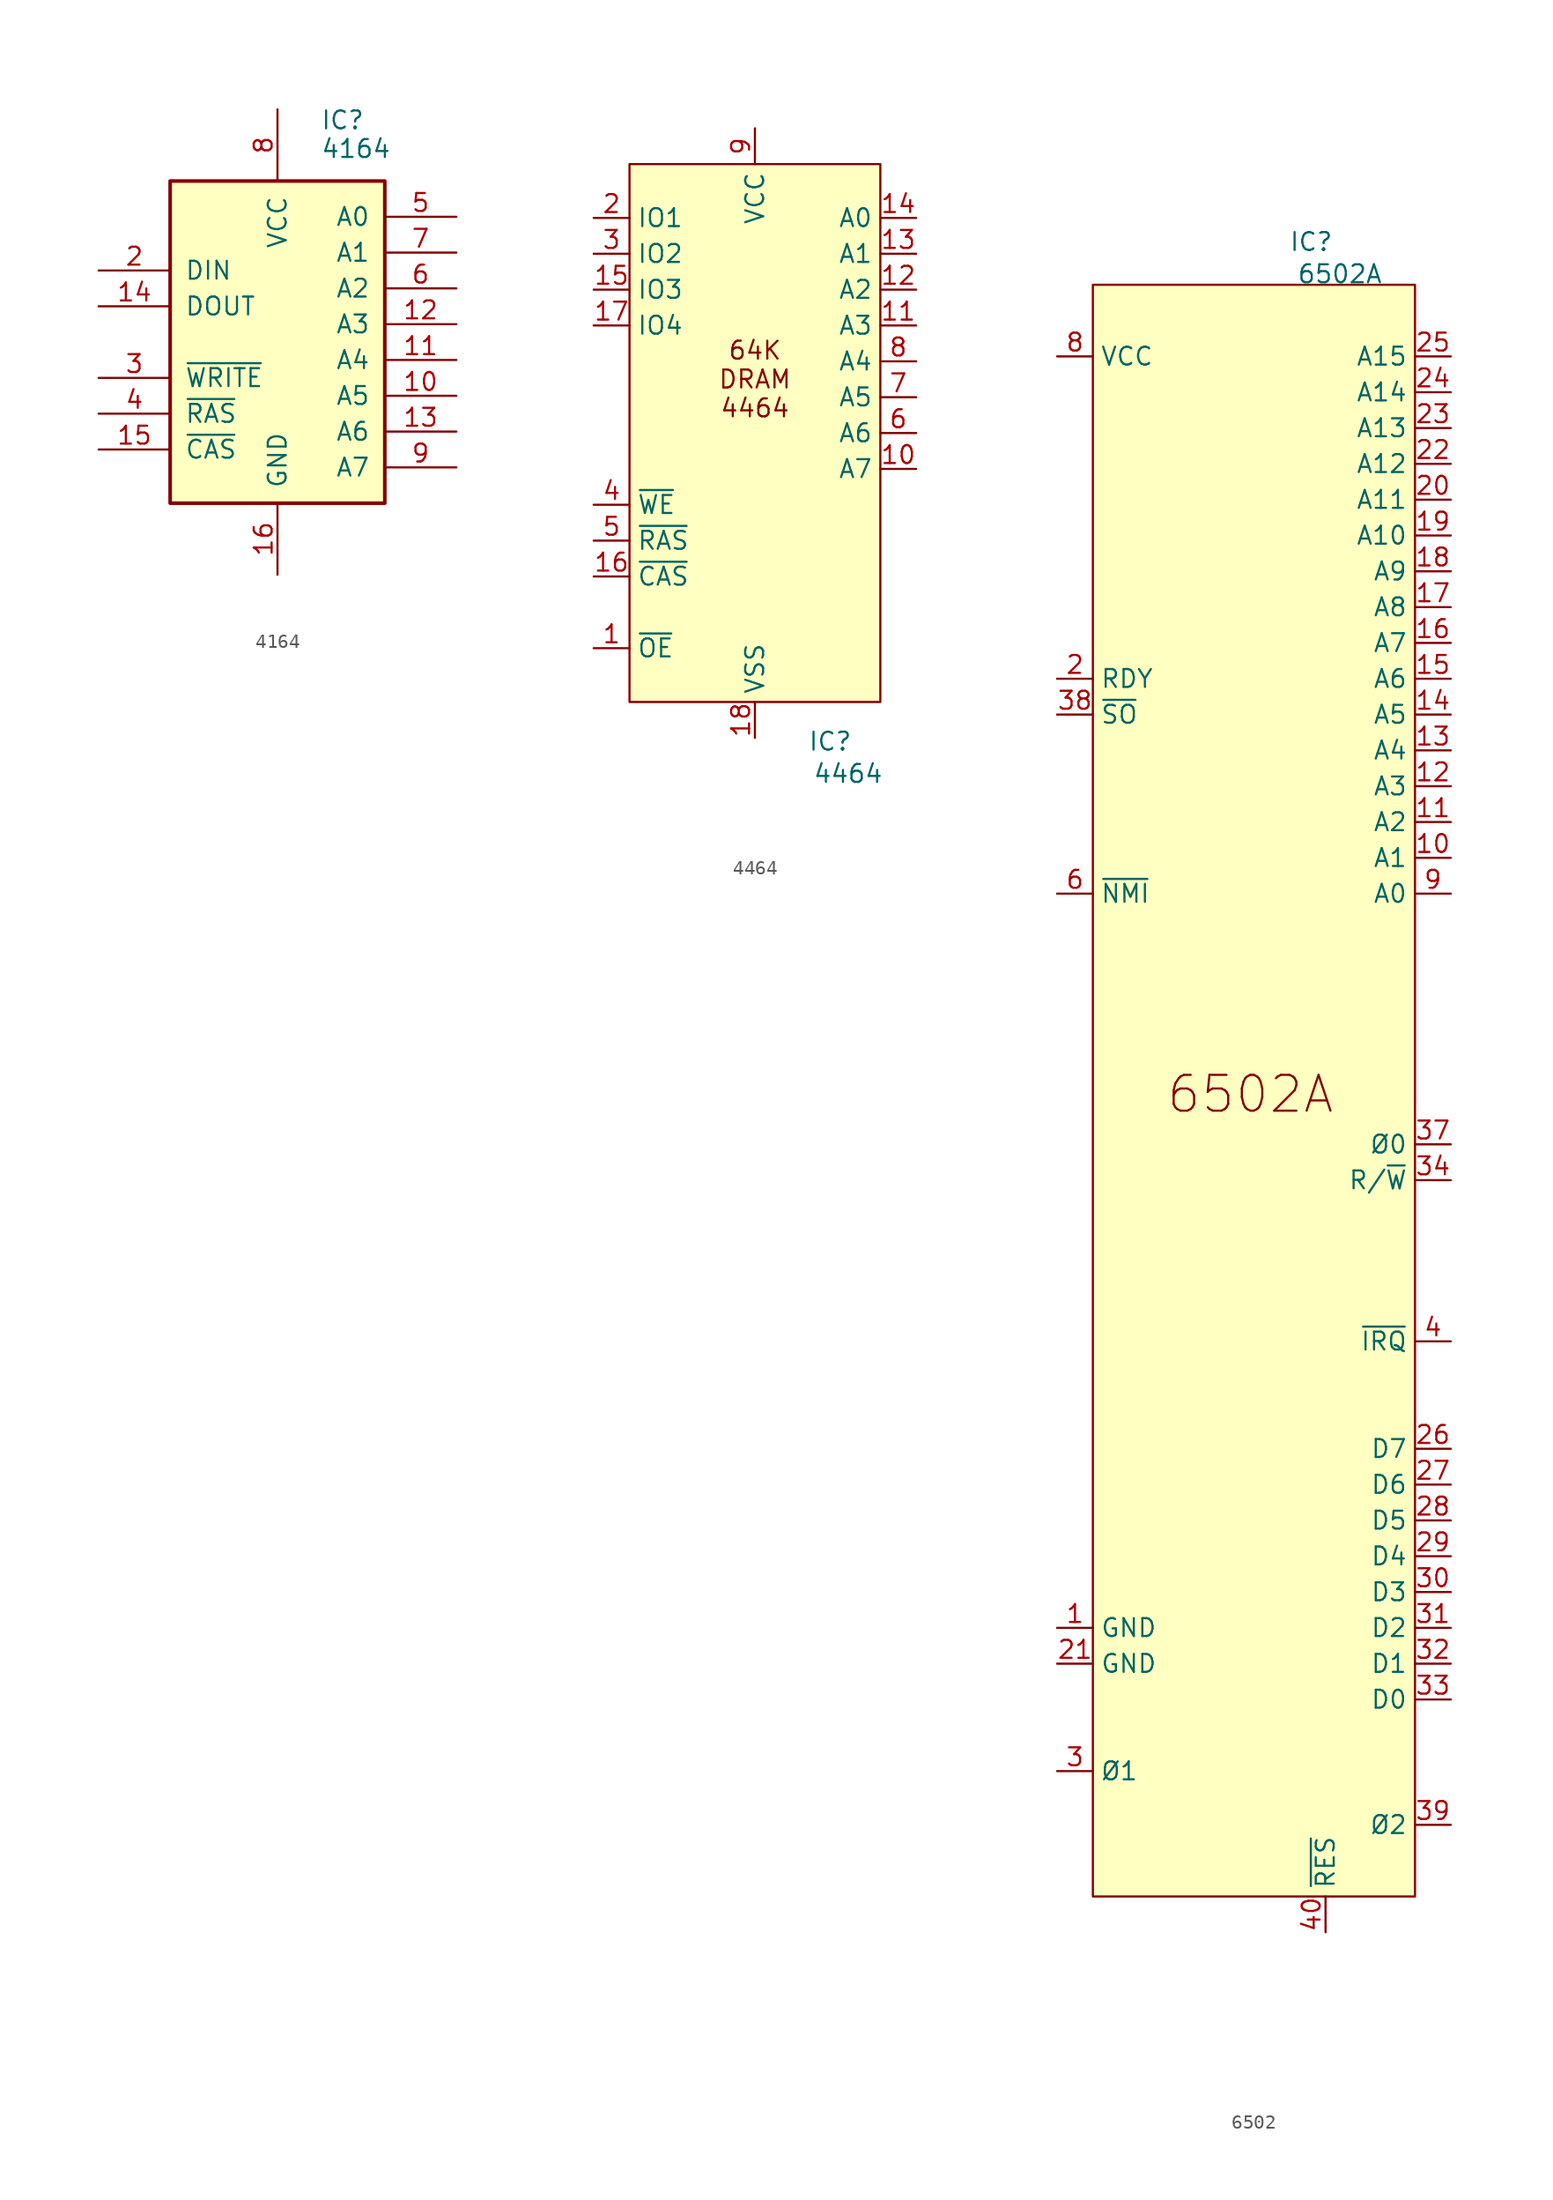
<source format=kicad_sym>
(kicad_symbol_lib
  (version 20231120)
  (generator "kicad_symbol_editor")
  (generator_version "8.0")
  (symbol "4164"
    (pin_names
      (offset 1.016))
    (property "Reference" "IC"
      (at 3.048 14.478 0)
      (effects (font (size 1.27 1.27)) (justify left)))
    (property "Value" "4164"
      (at 3.048 12.446 0)
      (effects (font (size 1.27 1.27)) (justify left)))
    (property "ki_locked" ""
      (at 0 0 0)
      (effects (font (size 1.27 1.27))))
    (symbol "4164_1_0"
      (pin no_connect line (at -12.7 7.62 0) (length 5.08) hide (name "NC" (effects (font (size 1.27 1.27)))) (number "1" (effects (font (size 1.27 1.27)))))
      (pin input line (at 12.7 -5.08 180) (length 5.08) (name "A5" (effects (font (size 1.27 1.27)))) (number "10" (effects (font (size 1.27 1.27)))))
      (pin input line (at 12.7 -2.54 180) (length 5.08) (name "A4" (effects (font (size 1.27 1.27)))) (number "11" (effects (font (size 1.27 1.27)))))
      (pin input line (at 12.7 0 180) (length 5.08) (name "A3" (effects (font (size 1.27 1.27)))) (number "12" (effects (font (size 1.27 1.27)))))
      (pin input line (at 12.7 -7.62 180) (length 5.08) (name "A6" (effects (font (size 1.27 1.27)))) (number "13" (effects (font (size 1.27 1.27)))))
      (pin output line (at -12.7 1.27 0) (length 5.08) (name "DOUT" (effects (font (size 1.27 1.27)))) (number "14" (effects (font (size 1.27 1.27)))))
      (pin input line (at -12.7 -8.89 0) (length 5.08) (name "~{CAS}" (effects (font (size 1.27 1.27)))) (number "15" (effects (font (size 1.27 1.27)))))
      (pin power_in line (at 0 -17.78 90) (length 5.08) (name "GND" (effects (font (size 1.27 1.27)))) (number "16" (effects (font (size 1.27 1.27)))))
      (pin input line (at -12.7 3.81 0) (length 5.08) (name "DIN" (effects (font (size 1.27 1.27)))) (number "2" (effects (font (size 1.27 1.27)))))
      (pin input line (at -12.7 -3.81 0) (length 5.08) (name "~{WRITE}" (effects (font (size 1.27 1.27)))) (number "3" (effects (font (size 1.27 1.27)))))
      (pin input line (at -12.7 -6.35 0) (length 5.08) (name "~{RAS}" (effects (font (size 1.27 1.27)))) (number "4" (effects (font (size 1.27 1.27)))))
      (pin input line (at 12.7 7.62 180) (length 5.08) (name "A0" (effects (font (size 1.27 1.27)))) (number "5" (effects (font (size 1.27 1.27)))))
      (pin input line (at 12.7 2.54 180) (length 5.08) (name "A2" (effects (font (size 1.27 1.27)))) (number "6" (effects (font (size 1.27 1.27)))))
      (pin input line (at 12.7 5.08 180) (length 5.08) (name "A1" (effects (font (size 1.27 1.27)))) (number "7" (effects (font (size 1.27 1.27)))))
      (pin power_in line (at 0 15.24 270) (length 5.08) (name "VCC" (effects (font (size 1.27 1.27)))) (number "8" (effects (font (size 1.27 1.27)))))
      (pin input line (at 12.7 -10.16 180) (length 5.08) (name "A7" (effects (font (size 1.27 1.27)))) (number "9" (effects (font (size 1.27 1.27))))))
    (symbol "4164_1_1"
      (rectangle (start -7.62 10.16) (end 7.62 -12.7) (stroke (width 0.254) (type default)) (fill (type background)))))
  (symbol "4464"
    (property "Reference" "IC"
      (at 5.334 -23.114 0)
      (effects (font (size 1.27 1.27))))
    (property "Value" "4464"
      (at 6.604 -25.4 0)
      (effects (font (size 1.27 1.27))))
    (symbol "4464_0_0"
      (pin input line (at 11.43 -3.81 180) (length 2.54) (name "A7" (effects (font (size 1.27 1.27)))) (number "10" (effects (font (size 1.27 1.27)))))
      (pin input line (at 11.43 6.35 180) (length 2.54) (name "A3" (effects (font (size 1.27 1.27)))) (number "11" (effects (font (size 1.27 1.27)))))
      (pin input line (at 11.43 8.89 180) (length 2.54) (name "A2" (effects (font (size 1.27 1.27)))) (number "12" (effects (font (size 1.27 1.27)))))
      (pin input line (at 11.43 11.43 180) (length 2.54) (name "A1" (effects (font (size 1.27 1.27)))) (number "13" (effects (font (size 1.27 1.27)))))
      (pin input line (at -11.43 -11.43 0) (length 2.54) (name "~{CAS}" (effects (font (size 1.27 1.27)))) (number "16" (effects (font (size 1.27 1.27)))))
      (pin power_in line (at 0 -22.86 90) (length 2.54) (name "VSS" (effects (font (size 1.27 1.27)))) (number "18" (effects (font (size 1.27 1.27)))))
      (pin input line (at -11.43 -8.89 0) (length 2.54) (name "~{RAS}" (effects (font (size 1.27 1.27)))) (number "5" (effects (font (size 1.27 1.27)))))
      (pin input line (at 11.43 -1.27 180) (length 2.54) (name "A6" (effects (font (size 1.27 1.27)))) (number "6" (effects (font (size 1.27 1.27)))))
      (pin input line (at 11.43 1.27 180) (length 2.54) (name "A5" (effects (font (size 1.27 1.27)))) (number "7" (effects (font (size 1.27 1.27)))))
      (pin input line (at 11.43 3.81 180) (length 2.54) (name "A4" (effects (font (size 1.27 1.27)))) (number "8" (effects (font (size 1.27 1.27)))))
      (pin power_in line (at 0 20.32 270) (length 2.54) (name "VCC" (effects (font (size 1.27 1.27)))) (number "9" (effects (font (size 1.27 1.27))))))
    (symbol "4464_1_0"
      (pin input line (at -11.43 -16.51 0) (length 2.54) (name "~{OE}" (effects (font (size 1.27 1.27)))) (number "1" (effects (font (size 1.27 1.27)))))
      (pin input line (at 11.43 13.97 180) (length 2.54) (name "A0" (effects (font (size 1.27 1.27)))) (number "14" (effects (font (size 1.27 1.27)))))
      (pin bidirectional line (at -11.43 8.89 0) (length 2.54) (name "IO3" (effects (font (size 1.27 1.27)))) (number "15" (effects (font (size 1.27 1.27)))))
      (pin bidirectional line (at -11.43 6.35 0) (length 2.54) (name "IO4" (effects (font (size 1.27 1.27)))) (number "17" (effects (font (size 1.27 1.27)))))
      (pin bidirectional line (at -11.43 13.97 0) (length 2.54) (name "IO1" (effects (font (size 1.27 1.27)))) (number "2" (effects (font (size 1.27 1.27)))))
      (pin bidirectional line (at -11.43 11.43 0) (length 2.54) (name "IO2" (effects (font (size 1.27 1.27)))) (number "3" (effects (font (size 1.27 1.27)))))
      (pin input line (at -11.43 -6.35 0) (length 2.54) (name "~{WE}" (effects (font (size 1.27 1.27)))) (number "4" (effects (font (size 1.27 1.27))))))
    (symbol "4464_1_1"
      (rectangle (start -8.89 17.78) (end 8.89 -20.32) (stroke (width 0) (type default)) (fill (type background)))
      (text "64K\nDRAM\n4464" (at 0 2.54 0) (effects (font (size 1.27 1.27))))))
  (symbol "6502"
    (property "Reference" "IC"
      (at 4.064 60.198 0)
      (effects (font (size 1.27 1.27))))
    (property "Value" "6502A"
      (at 6.096 57.912 0)
      (effects (font (size 1.27 1.27))))
    (symbol "6502_0_0"
      (pin power_in line (at -13.97 -38.1 0) (length 2.54) (name "GND" (effects (font (size 1.27 1.27)))) (number "1" (effects (font (size 1.27 1.27)))))
      (pin output line (at 13.97 16.51 180) (length 2.54) (name "A1" (effects (font (size 1.27 1.27)))) (number "10" (effects (font (size 1.27 1.27)))))
      (pin output line (at 13.97 19.05 180) (length 2.54) (name "A2" (effects (font (size 1.27 1.27)))) (number "11" (effects (font (size 1.27 1.27)))))
      (pin output line (at 13.97 21.59 180) (length 2.54) (name "A3" (effects (font (size 1.27 1.27)))) (number "12" (effects (font (size 1.27 1.27)))))
      (pin output line (at 13.97 24.13 180) (length 2.54) (name "A4" (effects (font (size 1.27 1.27)))) (number "13" (effects (font (size 1.27 1.27)))))
      (pin output line (at 13.97 26.67 180) (length 2.54) (name "A5" (effects (font (size 1.27 1.27)))) (number "14" (effects (font (size 1.27 1.27)))))
      (pin output line (at 13.97 29.21 180) (length 2.54) (name "A6" (effects (font (size 1.27 1.27)))) (number "15" (effects (font (size 1.27 1.27)))))
      (pin output line (at 13.97 31.75 180) (length 2.54) (name "A7" (effects (font (size 1.27 1.27)))) (number "16" (effects (font (size 1.27 1.27)))))
      (pin output line (at 13.97 34.29 180) (length 2.54) (name "A8" (effects (font (size 1.27 1.27)))) (number "17" (effects (font (size 1.27 1.27)))))
      (pin output line (at 13.97 36.83 180) (length 2.54) (name "A9" (effects (font (size 1.27 1.27)))) (number "18" (effects (font (size 1.27 1.27)))))
      (pin output line (at 13.97 39.37 180) (length 2.54) (name "A10" (effects (font (size 1.27 1.27)))) (number "19" (effects (font (size 1.27 1.27)))))
      (pin passive line (at -13.97 29.21 0) (length 2.54) (name "RDY" (effects (font (size 1.27 1.27)))) (number "2" (effects (font (size 1.27 1.27)))))
      (pin output line (at 13.97 41.91 180) (length 2.54) (name "A11" (effects (font (size 1.27 1.27)))) (number "20" (effects (font (size 1.27 1.27)))))
      (pin power_in line (at -13.97 -40.64 0) (length 2.54) (name "GND" (effects (font (size 1.27 1.27)))) (number "21" (effects (font (size 1.27 1.27)))))
      (pin output line (at 13.97 44.45 180) (length 2.54) (name "A12" (effects (font (size 1.27 1.27)))) (number "22" (effects (font (size 1.27 1.27)))))
      (pin output line (at 13.97 46.99 180) (length 2.54) (name "A13" (effects (font (size 1.27 1.27)))) (number "23" (effects (font (size 1.27 1.27)))))
      (pin output line (at 13.97 49.53 180) (length 2.54) (name "A14" (effects (font (size 1.27 1.27)))) (number "24" (effects (font (size 1.27 1.27)))))
      (pin output line (at 13.97 52.07 180) (length 2.54) (name "A15" (effects (font (size 1.27 1.27)))) (number "25" (effects (font (size 1.27 1.27)))))
      (pin bidirectional line (at 13.97 -25.4 180) (length 2.54) (name "D7" (effects (font (size 1.27 1.27)))) (number "26" (effects (font (size 1.27 1.27)))))
      (pin bidirectional line (at 13.97 -27.94 180) (length 2.54) (name "D6" (effects (font (size 1.27 1.27)))) (number "27" (effects (font (size 1.27 1.27)))))
      (pin bidirectional line (at 13.97 -30.48 180) (length 2.54) (name "D5" (effects (font (size 1.27 1.27)))) (number "28" (effects (font (size 1.27 1.27)))))
      (pin bidirectional line (at 13.97 -33.02 180) (length 2.54) (name "D4" (effects (font (size 1.27 1.27)))) (number "29" (effects (font (size 1.27 1.27)))))
      (pin output line (at -13.97 -48.26 0) (length 2.54) (name "Ø1" (effects (font (size 1.27 1.27)))) (number "3" (effects (font (size 1.27 1.27)))))
      (pin bidirectional line (at 13.97 -35.56 180) (length 2.54) (name "D3" (effects (font (size 1.27 1.27)))) (number "30" (effects (font (size 1.27 1.27)))))
      (pin bidirectional line (at 13.97 -38.1 180) (length 2.54) (name "D2" (effects (font (size 1.27 1.27)))) (number "31" (effects (font (size 1.27 1.27)))))
      (pin bidirectional line (at 13.97 -40.64 180) (length 2.54) (name "D1" (effects (font (size 1.27 1.27)))) (number "32" (effects (font (size 1.27 1.27)))))
      (pin bidirectional line (at 13.97 -43.18 180) (length 2.54) (name "D0" (effects (font (size 1.27 1.27)))) (number "33" (effects (font (size 1.27 1.27)))))
      (pin output line (at 13.97 -6.35 180) (length 2.54) (name "R/~{W}" (effects (font (size 1.27 1.27)))) (number "34" (effects (font (size 1.27 1.27)))))
      (pin input line (at 13.97 -3.81 180) (length 2.54) (name "Ø0" (effects (font (size 1.27 1.27)))) (number "37" (effects (font (size 1.27 1.27)))))
      (pin passive line (at -13.97 26.67 0) (length 2.54) (name "~{SO}" (effects (font (size 1.27 1.27)))) (number "38" (effects (font (size 1.27 1.27)))))
      (pin output line (at 13.97 -52.07 180) (length 2.54) (name "Ø2" (effects (font (size 1.27 1.27)))) (number "39" (effects (font (size 1.27 1.27)))))
      (pin input line (at 13.97 -17.78 180) (length 2.54) (name "~{IRQ}" (effects (font (size 1.27 1.27)))) (number "4" (effects (font (size 1.27 1.27)))))
      (pin input line (at 5.08 -59.69 90) (length 2.54) (name "~{RES}" (effects (font (size 1.27 1.27)))) (number "40" (effects (font (size 1.27 1.27)))))
      (pin input line (at -13.97 13.97 0) (length 2.54) (name "~{NMI}" (effects (font (size 1.27 1.27)))) (number "6" (effects (font (size 1.27 1.27)))))
      (pin power_in line (at -13.97 52.07 0) (length 2.54) (name "VCC" (effects (font (size 1.27 1.27)))) (number "8" (effects (font (size 1.27 1.27)))))
      (pin output line (at 13.97 13.97 180) (length 2.54) (name "A0" (effects (font (size 1.27 1.27)))) (number "9" (effects (font (size 1.27 1.27))))))
    (symbol "6502_1_0"
      (pin no_connect line (at -13.97 -13.97 0) (length 2.54) hide (name "N/C" (effects (font (size 1.27 1.27)))) (number "35" (effects (font (size 1.27 1.27)))))
      (pin no_connect line (at -13.97 -16.51 0) (length 2.54) hide (name "N/C" (effects (font (size 1.27 1.27)))) (number "36" (effects (font (size 1.27 1.27)))))
      (pin no_connect line (at -13.97 -19.05 0) (length 2.54) hide (name "N/C" (effects (font (size 1.27 1.27)))) (number "5" (effects (font (size 1.27 1.27)))))
      (pin no_connect line (at -13.97 -21.59 0) (length 2.54) hide (name "Sync" (effects (font (size 1.27 1.27)))) (number "7" (effects (font (size 1.27 1.27))))))
    (symbol "6502_1_1"
      (rectangle (start -11.43 57.15) (end 11.43 -57.15) (stroke (width 0) (type default)) (fill (type background)))
      (text "6502A" (at -0.254 -0.254 0) (effects (font (size 2.54 2.54)))))))
</source>
